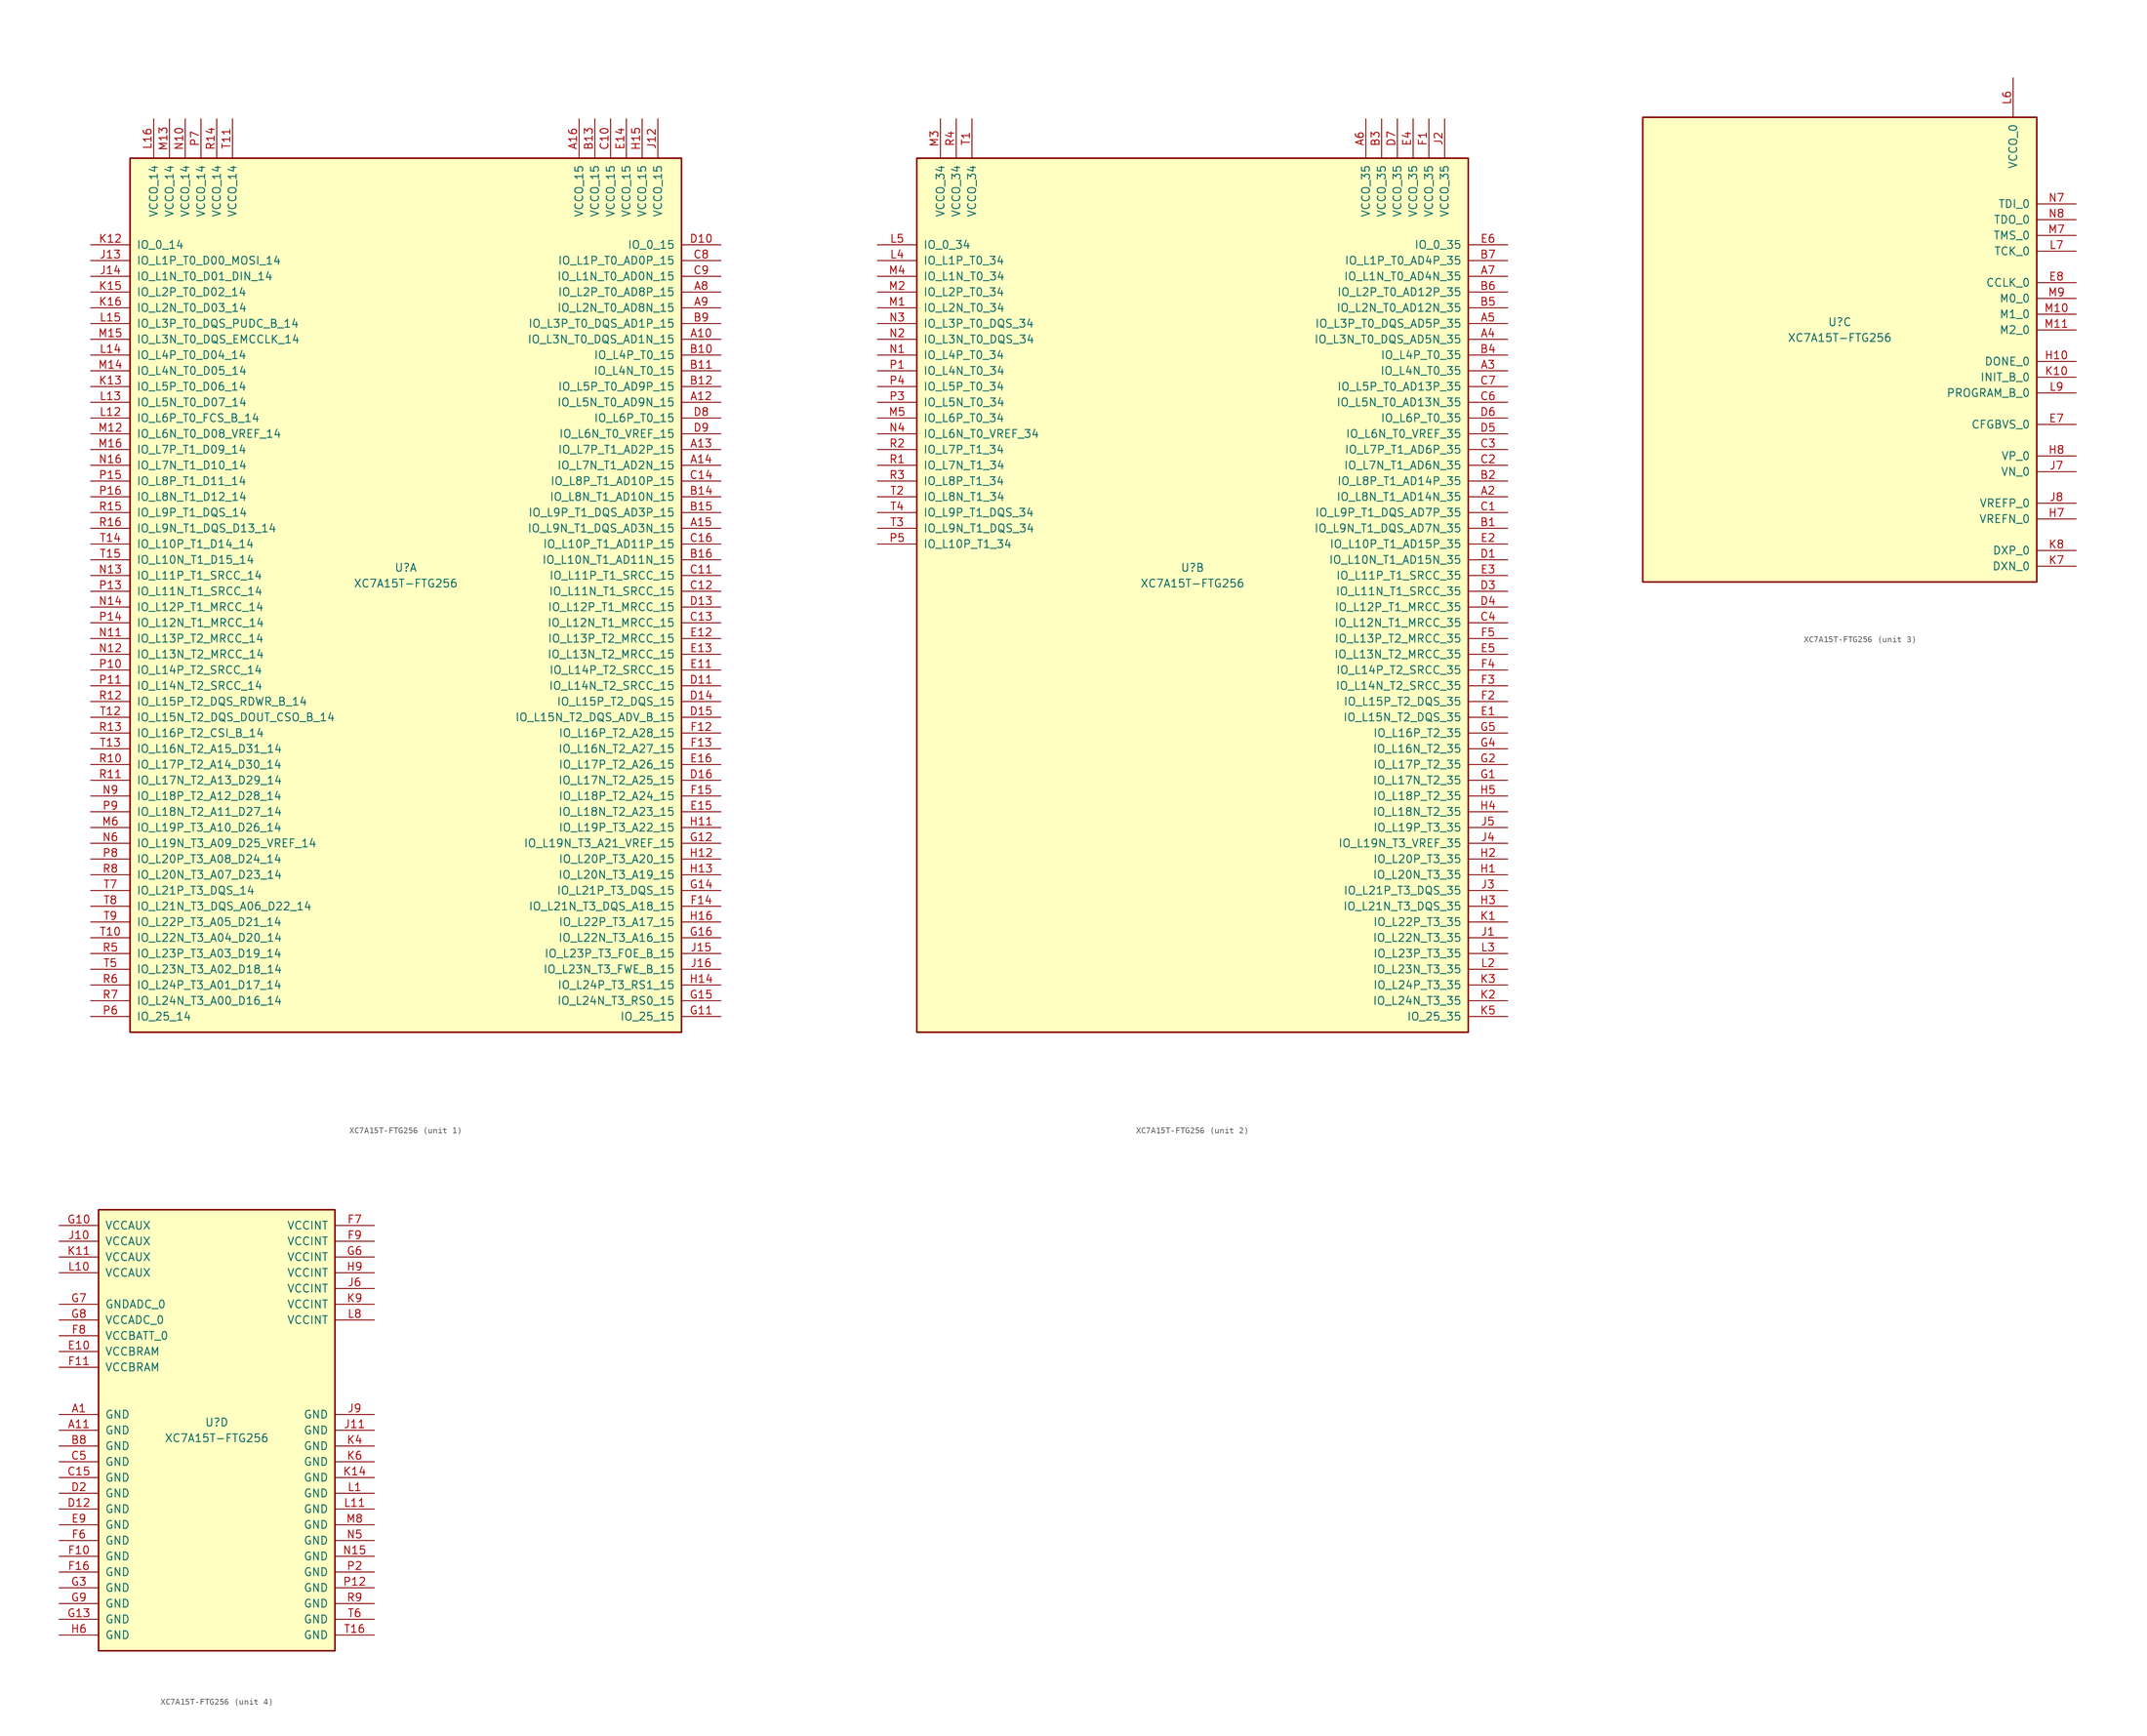
<source format=kicad_sym>
(kicad_symbol_lib
  (version 20231120)
  (generator "kicad_symbol_editor")
  (generator_version "8.0")
  (symbol "XC7A15T-FTG256"
    (pin_names
      (offset 1.016))
    (property "Reference" "U"
      (at 0 1.27 0)
      (effects (font (size 1.27 1.27))))
    (property "Value" "XC7A15T-FTG256"
      (at 0 -1.27 0)
      (effects (font (size 1.27 1.27))))
    (property "Datasheet" ""
      (at 0 0 0)
      (effects (font (size 1.27 1.27))))
    (property "ki_locked" ""
      (at 0 0 0)
      (effects (font (size 1.27 1.27))))
    (symbol "XC7A15T-FTG256_1_1"
      (rectangle (start -44.45 67.31) (end 44.45 -73.66) (stroke (width 0.254) (type default)) (fill (type background)))
      (pin bidirectional line (at 50.8 38.1 180) (length 6.35) (name "IO_L3N_T0_DQS_AD1N_15" (effects (font (size 1.27 1.27)))) (number "A10" (effects (font (size 1.27 1.27)))))
      (pin bidirectional line (at 50.8 27.94 180) (length 6.35) (name "IO_L5N_T0_AD9N_15" (effects (font (size 1.27 1.27)))) (number "A12" (effects (font (size 1.27 1.27)))))
      (pin bidirectional line (at 50.8 20.32 180) (length 6.35) (name "IO_L7P_T1_AD2P_15" (effects (font (size 1.27 1.27)))) (number "A13" (effects (font (size 1.27 1.27)))))
      (pin bidirectional line (at 50.8 17.78 180) (length 6.35) (name "IO_L7N_T1_AD2N_15" (effects (font (size 1.27 1.27)))) (number "A14" (effects (font (size 1.27 1.27)))))
      (pin bidirectional line (at 50.8 7.62 180) (length 6.35) (name "IO_L9N_T1_DQS_AD3N_15" (effects (font (size 1.27 1.27)))) (number "A15" (effects (font (size 1.27 1.27)))))
      (pin power_in line (at 27.94 73.66 270) (length 6.35) (name "VCCO_15" (effects (font (size 1.27 1.27)))) (number "A16" (effects (font (size 1.27 1.27)))))
      (pin bidirectional line (at 50.8 45.72 180) (length 6.35) (name "IO_L2P_T0_AD8P_15" (effects (font (size 1.27 1.27)))) (number "A8" (effects (font (size 1.27 1.27)))))
      (pin bidirectional line (at 50.8 43.18 180) (length 6.35) (name "IO_L2N_T0_AD8N_15" (effects (font (size 1.27 1.27)))) (number "A9" (effects (font (size 1.27 1.27)))))
      (pin bidirectional line (at 50.8 35.56 180) (length 6.35) (name "IO_L4P_T0_15" (effects (font (size 1.27 1.27)))) (number "B10" (effects (font (size 1.27 1.27)))))
      (pin bidirectional line (at 50.8 33.02 180) (length 6.35) (name "IO_L4N_T0_15" (effects (font (size 1.27 1.27)))) (number "B11" (effects (font (size 1.27 1.27)))))
      (pin bidirectional line (at 50.8 30.48 180) (length 6.35) (name "IO_L5P_T0_AD9P_15" (effects (font (size 1.27 1.27)))) (number "B12" (effects (font (size 1.27 1.27)))))
      (pin power_in line (at 30.48 73.66 270) (length 6.35) (name "VCCO_15" (effects (font (size 1.27 1.27)))) (number "B13" (effects (font (size 1.27 1.27)))))
      (pin bidirectional line (at 50.8 12.7 180) (length 6.35) (name "IO_L8N_T1_AD10N_15" (effects (font (size 1.27 1.27)))) (number "B14" (effects (font (size 1.27 1.27)))))
      (pin bidirectional line (at 50.8 10.16 180) (length 6.35) (name "IO_L9P_T1_DQS_AD3P_15" (effects (font (size 1.27 1.27)))) (number "B15" (effects (font (size 1.27 1.27)))))
      (pin bidirectional line (at 50.8 2.54 180) (length 6.35) (name "IO_L10N_T1_AD11N_15" (effects (font (size 1.27 1.27)))) (number "B16" (effects (font (size 1.27 1.27)))))
      (pin bidirectional line (at 50.8 40.64 180) (length 6.35) (name "IO_L3P_T0_DQS_AD1P_15" (effects (font (size 1.27 1.27)))) (number "B9" (effects (font (size 1.27 1.27)))))
      (pin power_in line (at 33.02 73.66 270) (length 6.35) (name "VCCO_15" (effects (font (size 1.27 1.27)))) (number "C10" (effects (font (size 1.27 1.27)))))
      (pin bidirectional line (at 50.8 0 180) (length 6.35) (name "IO_L11P_T1_SRCC_15" (effects (font (size 1.27 1.27)))) (number "C11" (effects (font (size 1.27 1.27)))))
      (pin bidirectional line (at 50.8 -2.54 180) (length 6.35) (name "IO_L11N_T1_SRCC_15" (effects (font (size 1.27 1.27)))) (number "C12" (effects (font (size 1.27 1.27)))))
      (pin bidirectional line (at 50.8 -7.62 180) (length 6.35) (name "IO_L12N_T1_MRCC_15" (effects (font (size 1.27 1.27)))) (number "C13" (effects (font (size 1.27 1.27)))))
      (pin bidirectional line (at 50.8 15.24 180) (length 6.35) (name "IO_L8P_T1_AD10P_15" (effects (font (size 1.27 1.27)))) (number "C14" (effects (font (size 1.27 1.27)))))
      (pin bidirectional line (at 50.8 5.08 180) (length 6.35) (name "IO_L10P_T1_AD11P_15" (effects (font (size 1.27 1.27)))) (number "C16" (effects (font (size 1.27 1.27)))))
      (pin bidirectional line (at 50.8 50.8 180) (length 6.35) (name "IO_L1P_T0_AD0P_15" (effects (font (size 1.27 1.27)))) (number "C8" (effects (font (size 1.27 1.27)))))
      (pin bidirectional line (at 50.8 48.26 180) (length 6.35) (name "IO_L1N_T0_AD0N_15" (effects (font (size 1.27 1.27)))) (number "C9" (effects (font (size 1.27 1.27)))))
      (pin bidirectional line (at 50.8 53.34 180) (length 6.35) (name "IO_0_15" (effects (font (size 1.27 1.27)))) (number "D10" (effects (font (size 1.27 1.27)))))
      (pin bidirectional line (at 50.8 -17.78 180) (length 6.35) (name "IO_L14N_T2_SRCC_15" (effects (font (size 1.27 1.27)))) (number "D11" (effects (font (size 1.27 1.27)))))
      (pin bidirectional line (at 50.8 -5.08 180) (length 6.35) (name "IO_L12P_T1_MRCC_15" (effects (font (size 1.27 1.27)))) (number "D13" (effects (font (size 1.27 1.27)))))
      (pin bidirectional line (at 50.8 -20.32 180) (length 6.35) (name "IO_L15P_T2_DQS_15" (effects (font (size 1.27 1.27)))) (number "D14" (effects (font (size 1.27 1.27)))))
      (pin bidirectional line (at 50.8 -22.86 180) (length 6.35) (name "IO_L15N_T2_DQS_ADV_B_15" (effects (font (size 1.27 1.27)))) (number "D15" (effects (font (size 1.27 1.27)))))
      (pin bidirectional line (at 50.8 -33.02 180) (length 6.35) (name "IO_L17N_T2_A25_15" (effects (font (size 1.27 1.27)))) (number "D16" (effects (font (size 1.27 1.27)))))
      (pin bidirectional line (at 50.8 25.4 180) (length 6.35) (name "IO_L6P_T0_15" (effects (font (size 1.27 1.27)))) (number "D8" (effects (font (size 1.27 1.27)))))
      (pin bidirectional line (at 50.8 22.86 180) (length 6.35) (name "IO_L6N_T0_VREF_15" (effects (font (size 1.27 1.27)))) (number "D9" (effects (font (size 1.27 1.27)))))
      (pin bidirectional line (at 50.8 -15.24 180) (length 6.35) (name "IO_L14P_T2_SRCC_15" (effects (font (size 1.27 1.27)))) (number "E11" (effects (font (size 1.27 1.27)))))
      (pin bidirectional line (at 50.8 -10.16 180) (length 6.35) (name "IO_L13P_T2_MRCC_15" (effects (font (size 1.27 1.27)))) (number "E12" (effects (font (size 1.27 1.27)))))
      (pin bidirectional line (at 50.8 -12.7 180) (length 6.35) (name "IO_L13N_T2_MRCC_15" (effects (font (size 1.27 1.27)))) (number "E13" (effects (font (size 1.27 1.27)))))
      (pin power_in line (at 35.56 73.66 270) (length 6.35) (name "VCCO_15" (effects (font (size 1.27 1.27)))) (number "E14" (effects (font (size 1.27 1.27)))))
      (pin bidirectional line (at 50.8 -38.1 180) (length 6.35) (name "IO_L18N_T2_A23_15" (effects (font (size 1.27 1.27)))) (number "E15" (effects (font (size 1.27 1.27)))))
      (pin bidirectional line (at 50.8 -30.48 180) (length 6.35) (name "IO_L17P_T2_A26_15" (effects (font (size 1.27 1.27)))) (number "E16" (effects (font (size 1.27 1.27)))))
      (pin bidirectional line (at 50.8 -25.4 180) (length 6.35) (name "IO_L16P_T2_A28_15" (effects (font (size 1.27 1.27)))) (number "F12" (effects (font (size 1.27 1.27)))))
      (pin bidirectional line (at 50.8 -27.94 180) (length 6.35) (name "IO_L16N_T2_A27_15" (effects (font (size 1.27 1.27)))) (number "F13" (effects (font (size 1.27 1.27)))))
      (pin bidirectional line (at 50.8 -53.34 180) (length 6.35) (name "IO_L21N_T3_DQS_A18_15" (effects (font (size 1.27 1.27)))) (number "F14" (effects (font (size 1.27 1.27)))))
      (pin bidirectional line (at 50.8 -35.56 180) (length 6.35) (name "IO_L18P_T2_A24_15" (effects (font (size 1.27 1.27)))) (number "F15" (effects (font (size 1.27 1.27)))))
      (pin bidirectional line (at 50.8 -71.12 180) (length 6.35) (name "IO_25_15" (effects (font (size 1.27 1.27)))) (number "G11" (effects (font (size 1.27 1.27)))))
      (pin bidirectional line (at 50.8 -43.18 180) (length 6.35) (name "IO_L19N_T3_A21_VREF_15" (effects (font (size 1.27 1.27)))) (number "G12" (effects (font (size 1.27 1.27)))))
      (pin bidirectional line (at 50.8 -50.8 180) (length 6.35) (name "IO_L21P_T3_DQS_15" (effects (font (size 1.27 1.27)))) (number "G14" (effects (font (size 1.27 1.27)))))
      (pin bidirectional line (at 50.8 -68.58 180) (length 6.35) (name "IO_L24N_T3_RS0_15" (effects (font (size 1.27 1.27)))) (number "G15" (effects (font (size 1.27 1.27)))))
      (pin bidirectional line (at 50.8 -58.42 180) (length 6.35) (name "IO_L22N_T3_A16_15" (effects (font (size 1.27 1.27)))) (number "G16" (effects (font (size 1.27 1.27)))))
      (pin bidirectional line (at 50.8 -40.64 180) (length 6.35) (name "IO_L19P_T3_A22_15" (effects (font (size 1.27 1.27)))) (number "H11" (effects (font (size 1.27 1.27)))))
      (pin bidirectional line (at 50.8 -45.72 180) (length 6.35) (name "IO_L20P_T3_A20_15" (effects (font (size 1.27 1.27)))) (number "H12" (effects (font (size 1.27 1.27)))))
      (pin bidirectional line (at 50.8 -48.26 180) (length 6.35) (name "IO_L20N_T3_A19_15" (effects (font (size 1.27 1.27)))) (number "H13" (effects (font (size 1.27 1.27)))))
      (pin bidirectional line (at 50.8 -66.04 180) (length 6.35) (name "IO_L24P_T3_RS1_15" (effects (font (size 1.27 1.27)))) (number "H14" (effects (font (size 1.27 1.27)))))
      (pin power_in line (at 38.1 73.66 270) (length 6.35) (name "VCCO_15" (effects (font (size 1.27 1.27)))) (number "H15" (effects (font (size 1.27 1.27)))))
      (pin bidirectional line (at 50.8 -55.88 180) (length 6.35) (name "IO_L22P_T3_A17_15" (effects (font (size 1.27 1.27)))) (number "H16" (effects (font (size 1.27 1.27)))))
      (pin power_in line (at 40.64 73.66 270) (length 6.35) (name "VCCO_15" (effects (font (size 1.27 1.27)))) (number "J12" (effects (font (size 1.27 1.27)))))
      (pin bidirectional line (at -50.8 50.8 0) (length 6.35) (name "IO_L1P_T0_D00_MOSI_14" (effects (font (size 1.27 1.27)))) (number "J13" (effects (font (size 1.27 1.27)))))
      (pin bidirectional line (at -50.8 48.26 0) (length 6.35) (name "IO_L1N_T0_D01_DIN_14" (effects (font (size 1.27 1.27)))) (number "J14" (effects (font (size 1.27 1.27)))))
      (pin bidirectional line (at 50.8 -60.96 180) (length 6.35) (name "IO_L23P_T3_FOE_B_15" (effects (font (size 1.27 1.27)))) (number "J15" (effects (font (size 1.27 1.27)))))
      (pin bidirectional line (at 50.8 -63.5 180) (length 6.35) (name "IO_L23N_T3_FWE_B_15" (effects (font (size 1.27 1.27)))) (number "J16" (effects (font (size 1.27 1.27)))))
      (pin bidirectional line (at -50.8 53.34 0) (length 6.35) (name "IO_0_14" (effects (font (size 1.27 1.27)))) (number "K12" (effects (font (size 1.27 1.27)))))
      (pin bidirectional line (at -50.8 30.48 0) (length 6.35) (name "IO_L5P_T0_D06_14" (effects (font (size 1.27 1.27)))) (number "K13" (effects (font (size 1.27 1.27)))))
      (pin bidirectional line (at -50.8 45.72 0) (length 6.35) (name "IO_L2P_T0_D02_14" (effects (font (size 1.27 1.27)))) (number "K15" (effects (font (size 1.27 1.27)))))
      (pin bidirectional line (at -50.8 43.18 0) (length 6.35) (name "IO_L2N_T0_D03_14" (effects (font (size 1.27 1.27)))) (number "K16" (effects (font (size 1.27 1.27)))))
      (pin bidirectional line (at -50.8 25.4 0) (length 6.35) (name "IO_L6P_T0_FCS_B_14" (effects (font (size 1.27 1.27)))) (number "L12" (effects (font (size 1.27 1.27)))))
      (pin bidirectional line (at -50.8 27.94 0) (length 6.35) (name "IO_L5N_T0_D07_14" (effects (font (size 1.27 1.27)))) (number "L13" (effects (font (size 1.27 1.27)))))
      (pin bidirectional line (at -50.8 35.56 0) (length 6.35) (name "IO_L4P_T0_D04_14" (effects (font (size 1.27 1.27)))) (number "L14" (effects (font (size 1.27 1.27)))))
      (pin bidirectional line (at -50.8 40.64 0) (length 6.35) (name "IO_L3P_T0_DQS_PUDC_B_14" (effects (font (size 1.27 1.27)))) (number "L15" (effects (font (size 1.27 1.27)))))
      (pin power_in line (at -40.64 73.66 270) (length 6.35) (name "VCCO_14" (effects (font (size 1.27 1.27)))) (number "L16" (effects (font (size 1.27 1.27)))))
      (pin bidirectional line (at -50.8 22.86 0) (length 6.35) (name "IO_L6N_T0_D08_VREF_14" (effects (font (size 1.27 1.27)))) (number "M12" (effects (font (size 1.27 1.27)))))
      (pin power_in line (at -38.1 73.66 270) (length 6.35) (name "VCCO_14" (effects (font (size 1.27 1.27)))) (number "M13" (effects (font (size 1.27 1.27)))))
      (pin bidirectional line (at -50.8 33.02 0) (length 6.35) (name "IO_L4N_T0_D05_14" (effects (font (size 1.27 1.27)))) (number "M14" (effects (font (size 1.27 1.27)))))
      (pin bidirectional line (at -50.8 38.1 0) (length 6.35) (name "IO_L3N_T0_DQS_EMCCLK_14" (effects (font (size 1.27 1.27)))) (number "M15" (effects (font (size 1.27 1.27)))))
      (pin bidirectional line (at -50.8 20.32 0) (length 6.35) (name "IO_L7P_T1_D09_14" (effects (font (size 1.27 1.27)))) (number "M16" (effects (font (size 1.27 1.27)))))
      (pin bidirectional line (at -50.8 -40.64 0) (length 6.35) (name "IO_L19P_T3_A10_D26_14" (effects (font (size 1.27 1.27)))) (number "M6" (effects (font (size 1.27 1.27)))))
      (pin power_in line (at -35.56 73.66 270) (length 6.35) (name "VCCO_14" (effects (font (size 1.27 1.27)))) (number "N10" (effects (font (size 1.27 1.27)))))
      (pin bidirectional line (at -50.8 -10.16 0) (length 6.35) (name "IO_L13P_T2_MRCC_14" (effects (font (size 1.27 1.27)))) (number "N11" (effects (font (size 1.27 1.27)))))
      (pin bidirectional line (at -50.8 -12.7 0) (length 6.35) (name "IO_L13N_T2_MRCC_14" (effects (font (size 1.27 1.27)))) (number "N12" (effects (font (size 1.27 1.27)))))
      (pin bidirectional line (at -50.8 0 0) (length 6.35) (name "IO_L11P_T1_SRCC_14" (effects (font (size 1.27 1.27)))) (number "N13" (effects (font (size 1.27 1.27)))))
      (pin bidirectional line (at -50.8 -5.08 0) (length 6.35) (name "IO_L12P_T1_MRCC_14" (effects (font (size 1.27 1.27)))) (number "N14" (effects (font (size 1.27 1.27)))))
      (pin bidirectional line (at -50.8 17.78 0) (length 6.35) (name "IO_L7N_T1_D10_14" (effects (font (size 1.27 1.27)))) (number "N16" (effects (font (size 1.27 1.27)))))
      (pin bidirectional line (at -50.8 -43.18 0) (length 6.35) (name "IO_L19N_T3_A09_D25_VREF_14" (effects (font (size 1.27 1.27)))) (number "N6" (effects (font (size 1.27 1.27)))))
      (pin bidirectional line (at -50.8 -35.56 0) (length 6.35) (name "IO_L18P_T2_A12_D28_14" (effects (font (size 1.27 1.27)))) (number "N9" (effects (font (size 1.27 1.27)))))
      (pin bidirectional line (at -50.8 -15.24 0) (length 6.35) (name "IO_L14P_T2_SRCC_14" (effects (font (size 1.27 1.27)))) (number "P10" (effects (font (size 1.27 1.27)))))
      (pin bidirectional line (at -50.8 -17.78 0) (length 6.35) (name "IO_L14N_T2_SRCC_14" (effects (font (size 1.27 1.27)))) (number "P11" (effects (font (size 1.27 1.27)))))
      (pin bidirectional line (at -50.8 -2.54 0) (length 6.35) (name "IO_L11N_T1_SRCC_14" (effects (font (size 1.27 1.27)))) (number "P13" (effects (font (size 1.27 1.27)))))
      (pin bidirectional line (at -50.8 -7.62 0) (length 6.35) (name "IO_L12N_T1_MRCC_14" (effects (font (size 1.27 1.27)))) (number "P14" (effects (font (size 1.27 1.27)))))
      (pin bidirectional line (at -50.8 15.24 0) (length 6.35) (name "IO_L8P_T1_D11_14" (effects (font (size 1.27 1.27)))) (number "P15" (effects (font (size 1.27 1.27)))))
      (pin bidirectional line (at -50.8 12.7 0) (length 6.35) (name "IO_L8N_T1_D12_14" (effects (font (size 1.27 1.27)))) (number "P16" (effects (font (size 1.27 1.27)))))
      (pin bidirectional line (at -50.8 -71.12 0) (length 6.35) (name "IO_25_14" (effects (font (size 1.27 1.27)))) (number "P6" (effects (font (size 1.27 1.27)))))
      (pin power_in line (at -33.02 73.66 270) (length 6.35) (name "VCCO_14" (effects (font (size 1.27 1.27)))) (number "P7" (effects (font (size 1.27 1.27)))))
      (pin bidirectional line (at -50.8 -45.72 0) (length 6.35) (name "IO_L20P_T3_A08_D24_14" (effects (font (size 1.27 1.27)))) (number "P8" (effects (font (size 1.27 1.27)))))
      (pin bidirectional line (at -50.8 -38.1 0) (length 6.35) (name "IO_L18N_T2_A11_D27_14" (effects (font (size 1.27 1.27)))) (number "P9" (effects (font (size 1.27 1.27)))))
      (pin bidirectional line (at -50.8 -30.48 0) (length 6.35) (name "IO_L17P_T2_A14_D30_14" (effects (font (size 1.27 1.27)))) (number "R10" (effects (font (size 1.27 1.27)))))
      (pin bidirectional line (at -50.8 -33.02 0) (length 6.35) (name "IO_L17N_T2_A13_D29_14" (effects (font (size 1.27 1.27)))) (number "R11" (effects (font (size 1.27 1.27)))))
      (pin bidirectional line (at -50.8 -20.32 0) (length 6.35) (name "IO_L15P_T2_DQS_RDWR_B_14" (effects (font (size 1.27 1.27)))) (number "R12" (effects (font (size 1.27 1.27)))))
      (pin bidirectional line (at -50.8 -25.4 0) (length 6.35) (name "IO_L16P_T2_CSI_B_14" (effects (font (size 1.27 1.27)))) (number "R13" (effects (font (size 1.27 1.27)))))
      (pin power_in line (at -30.48 73.66 270) (length 6.35) (name "VCCO_14" (effects (font (size 1.27 1.27)))) (number "R14" (effects (font (size 1.27 1.27)))))
      (pin bidirectional line (at -50.8 10.16 0) (length 6.35) (name "IO_L9P_T1_DQS_14" (effects (font (size 1.27 1.27)))) (number "R15" (effects (font (size 1.27 1.27)))))
      (pin bidirectional line (at -50.8 7.62 0) (length 6.35) (name "IO_L9N_T1_DQS_D13_14" (effects (font (size 1.27 1.27)))) (number "R16" (effects (font (size 1.27 1.27)))))
      (pin bidirectional line (at -50.8 -60.96 0) (length 6.35) (name "IO_L23P_T3_A03_D19_14" (effects (font (size 1.27 1.27)))) (number "R5" (effects (font (size 1.27 1.27)))))
      (pin bidirectional line (at -50.8 -66.04 0) (length 6.35) (name "IO_L24P_T3_A01_D17_14" (effects (font (size 1.27 1.27)))) (number "R6" (effects (font (size 1.27 1.27)))))
      (pin bidirectional line (at -50.8 -68.58 0) (length 6.35) (name "IO_L24N_T3_A00_D16_14" (effects (font (size 1.27 1.27)))) (number "R7" (effects (font (size 1.27 1.27)))))
      (pin bidirectional line (at -50.8 -48.26 0) (length 6.35) (name "IO_L20N_T3_A07_D23_14" (effects (font (size 1.27 1.27)))) (number "R8" (effects (font (size 1.27 1.27)))))
      (pin bidirectional line (at -50.8 -58.42 0) (length 6.35) (name "IO_L22N_T3_A04_D20_14" (effects (font (size 1.27 1.27)))) (number "T10" (effects (font (size 1.27 1.27)))))
      (pin power_in line (at -27.94 73.66 270) (length 6.35) (name "VCCO_14" (effects (font (size 1.27 1.27)))) (number "T11" (effects (font (size 1.27 1.27)))))
      (pin bidirectional line (at -50.8 -22.86 0) (length 6.35) (name "IO_L15N_T2_DQS_DOUT_CSO_B_14" (effects (font (size 1.27 1.27)))) (number "T12" (effects (font (size 1.27 1.27)))))
      (pin bidirectional line (at -50.8 -27.94 0) (length 6.35) (name "IO_L16N_T2_A15_D31_14" (effects (font (size 1.27 1.27)))) (number "T13" (effects (font (size 1.27 1.27)))))
      (pin bidirectional line (at -50.8 5.08 0) (length 6.35) (name "IO_L10P_T1_D14_14" (effects (font (size 1.27 1.27)))) (number "T14" (effects (font (size 1.27 1.27)))))
      (pin bidirectional line (at -50.8 2.54 0) (length 6.35) (name "IO_L10N_T1_D15_14" (effects (font (size 1.27 1.27)))) (number "T15" (effects (font (size 1.27 1.27)))))
      (pin bidirectional line (at -50.8 -63.5 0) (length 6.35) (name "IO_L23N_T3_A02_D18_14" (effects (font (size 1.27 1.27)))) (number "T5" (effects (font (size 1.27 1.27)))))
      (pin bidirectional line (at -50.8 -50.8 0) (length 6.35) (name "IO_L21P_T3_DQS_14" (effects (font (size 1.27 1.27)))) (number "T7" (effects (font (size 1.27 1.27)))))
      (pin bidirectional line (at -50.8 -53.34 0) (length 6.35) (name "IO_L21N_T3_DQS_A06_D22_14" (effects (font (size 1.27 1.27)))) (number "T8" (effects (font (size 1.27 1.27)))))
      (pin bidirectional line (at -50.8 -55.88 0) (length 6.35) (name "IO_L22P_T3_A05_D21_14" (effects (font (size 1.27 1.27)))) (number "T9" (effects (font (size 1.27 1.27))))))
    (symbol "XC7A15T-FTG256_2_1"
      (rectangle (start -44.45 67.31) (end 44.45 -73.66) (stroke (width 0.254) (type default)) (fill (type background)))
      (pin bidirectional line (at 50.8 12.7 180) (length 6.35) (name "IO_L8N_T1_AD14N_35" (effects (font (size 1.27 1.27)))) (number "A2" (effects (font (size 1.27 1.27)))))
      (pin bidirectional line (at 50.8 33.02 180) (length 6.35) (name "IO_L4N_T0_35" (effects (font (size 1.27 1.27)))) (number "A3" (effects (font (size 1.27 1.27)))))
      (pin bidirectional line (at 50.8 38.1 180) (length 6.35) (name "IO_L3N_T0_DQS_AD5N_35" (effects (font (size 1.27 1.27)))) (number "A4" (effects (font (size 1.27 1.27)))))
      (pin bidirectional line (at 50.8 40.64 180) (length 6.35) (name "IO_L3P_T0_DQS_AD5P_35" (effects (font (size 1.27 1.27)))) (number "A5" (effects (font (size 1.27 1.27)))))
      (pin power_in line (at 27.94 73.66 270) (length 6.35) (name "VCCO_35" (effects (font (size 1.27 1.27)))) (number "A6" (effects (font (size 1.27 1.27)))))
      (pin bidirectional line (at 50.8 48.26 180) (length 6.35) (name "IO_L1N_T0_AD4N_35" (effects (font (size 1.27 1.27)))) (number "A7" (effects (font (size 1.27 1.27)))))
      (pin bidirectional line (at 50.8 7.62 180) (length 6.35) (name "IO_L9N_T1_DQS_AD7N_35" (effects (font (size 1.27 1.27)))) (number "B1" (effects (font (size 1.27 1.27)))))
      (pin bidirectional line (at 50.8 15.24 180) (length 6.35) (name "IO_L8P_T1_AD14P_35" (effects (font (size 1.27 1.27)))) (number "B2" (effects (font (size 1.27 1.27)))))
      (pin power_in line (at 30.48 73.66 270) (length 6.35) (name "VCCO_35" (effects (font (size 1.27 1.27)))) (number "B3" (effects (font (size 1.27 1.27)))))
      (pin bidirectional line (at 50.8 35.56 180) (length 6.35) (name "IO_L4P_T0_35" (effects (font (size 1.27 1.27)))) (number "B4" (effects (font (size 1.27 1.27)))))
      (pin bidirectional line (at 50.8 43.18 180) (length 6.35) (name "IO_L2N_T0_AD12N_35" (effects (font (size 1.27 1.27)))) (number "B5" (effects (font (size 1.27 1.27)))))
      (pin bidirectional line (at 50.8 45.72 180) (length 6.35) (name "IO_L2P_T0_AD12P_35" (effects (font (size 1.27 1.27)))) (number "B6" (effects (font (size 1.27 1.27)))))
      (pin bidirectional line (at 50.8 50.8 180) (length 6.35) (name "IO_L1P_T0_AD4P_35" (effects (font (size 1.27 1.27)))) (number "B7" (effects (font (size 1.27 1.27)))))
      (pin bidirectional line (at 50.8 10.16 180) (length 6.35) (name "IO_L9P_T1_DQS_AD7P_35" (effects (font (size 1.27 1.27)))) (number "C1" (effects (font (size 1.27 1.27)))))
      (pin bidirectional line (at 50.8 17.78 180) (length 6.35) (name "IO_L7N_T1_AD6N_35" (effects (font (size 1.27 1.27)))) (number "C2" (effects (font (size 1.27 1.27)))))
      (pin bidirectional line (at 50.8 20.32 180) (length 6.35) (name "IO_L7P_T1_AD6P_35" (effects (font (size 1.27 1.27)))) (number "C3" (effects (font (size 1.27 1.27)))))
      (pin bidirectional line (at 50.8 -7.62 180) (length 6.35) (name "IO_L12N_T1_MRCC_35" (effects (font (size 1.27 1.27)))) (number "C4" (effects (font (size 1.27 1.27)))))
      (pin bidirectional line (at 50.8 27.94 180) (length 6.35) (name "IO_L5N_T0_AD13N_35" (effects (font (size 1.27 1.27)))) (number "C6" (effects (font (size 1.27 1.27)))))
      (pin bidirectional line (at 50.8 30.48 180) (length 6.35) (name "IO_L5P_T0_AD13P_35" (effects (font (size 1.27 1.27)))) (number "C7" (effects (font (size 1.27 1.27)))))
      (pin bidirectional line (at 50.8 2.54 180) (length 6.35) (name "IO_L10N_T1_AD15N_35" (effects (font (size 1.27 1.27)))) (number "D1" (effects (font (size 1.27 1.27)))))
      (pin bidirectional line (at 50.8 -2.54 180) (length 6.35) (name "IO_L11N_T1_SRCC_35" (effects (font (size 1.27 1.27)))) (number "D3" (effects (font (size 1.27 1.27)))))
      (pin bidirectional line (at 50.8 -5.08 180) (length 6.35) (name "IO_L12P_T1_MRCC_35" (effects (font (size 1.27 1.27)))) (number "D4" (effects (font (size 1.27 1.27)))))
      (pin bidirectional line (at 50.8 22.86 180) (length 6.35) (name "IO_L6N_T0_VREF_35" (effects (font (size 1.27 1.27)))) (number "D5" (effects (font (size 1.27 1.27)))))
      (pin bidirectional line (at 50.8 25.4 180) (length 6.35) (name "IO_L6P_T0_35" (effects (font (size 1.27 1.27)))) (number "D6" (effects (font (size 1.27 1.27)))))
      (pin power_in line (at 33.02 73.66 270) (length 6.35) (name "VCCO_35" (effects (font (size 1.27 1.27)))) (number "D7" (effects (font (size 1.27 1.27)))))
      (pin bidirectional line (at 50.8 -22.86 180) (length 6.35) (name "IO_L15N_T2_DQS_35" (effects (font (size 1.27 1.27)))) (number "E1" (effects (font (size 1.27 1.27)))))
      (pin bidirectional line (at 50.8 5.08 180) (length 6.35) (name "IO_L10P_T1_AD15P_35" (effects (font (size 1.27 1.27)))) (number "E2" (effects (font (size 1.27 1.27)))))
      (pin bidirectional line (at 50.8 0 180) (length 6.35) (name "IO_L11P_T1_SRCC_35" (effects (font (size 1.27 1.27)))) (number "E3" (effects (font (size 1.27 1.27)))))
      (pin power_in line (at 35.56 73.66 270) (length 6.35) (name "VCCO_35" (effects (font (size 1.27 1.27)))) (number "E4" (effects (font (size 1.27 1.27)))))
      (pin bidirectional line (at 50.8 -12.7 180) (length 6.35) (name "IO_L13N_T2_MRCC_35" (effects (font (size 1.27 1.27)))) (number "E5" (effects (font (size 1.27 1.27)))))
      (pin bidirectional line (at 50.8 53.34 180) (length 6.35) (name "IO_0_35" (effects (font (size 1.27 1.27)))) (number "E6" (effects (font (size 1.27 1.27)))))
      (pin power_in line (at 38.1 73.66 270) (length 6.35) (name "VCCO_35" (effects (font (size 1.27 1.27)))) (number "F1" (effects (font (size 1.27 1.27)))))
      (pin bidirectional line (at 50.8 -20.32 180) (length 6.35) (name "IO_L15P_T2_DQS_35" (effects (font (size 1.27 1.27)))) (number "F2" (effects (font (size 1.27 1.27)))))
      (pin bidirectional line (at 50.8 -17.78 180) (length 6.35) (name "IO_L14N_T2_SRCC_35" (effects (font (size 1.27 1.27)))) (number "F3" (effects (font (size 1.27 1.27)))))
      (pin bidirectional line (at 50.8 -15.24 180) (length 6.35) (name "IO_L14P_T2_SRCC_35" (effects (font (size 1.27 1.27)))) (number "F4" (effects (font (size 1.27 1.27)))))
      (pin bidirectional line (at 50.8 -10.16 180) (length 6.35) (name "IO_L13P_T2_MRCC_35" (effects (font (size 1.27 1.27)))) (number "F5" (effects (font (size 1.27 1.27)))))
      (pin bidirectional line (at 50.8 -33.02 180) (length 6.35) (name "IO_L17N_T2_35" (effects (font (size 1.27 1.27)))) (number "G1" (effects (font (size 1.27 1.27)))))
      (pin bidirectional line (at 50.8 -30.48 180) (length 6.35) (name "IO_L17P_T2_35" (effects (font (size 1.27 1.27)))) (number "G2" (effects (font (size 1.27 1.27)))))
      (pin bidirectional line (at 50.8 -27.94 180) (length 6.35) (name "IO_L16N_T2_35" (effects (font (size 1.27 1.27)))) (number "G4" (effects (font (size 1.27 1.27)))))
      (pin bidirectional line (at 50.8 -25.4 180) (length 6.35) (name "IO_L16P_T2_35" (effects (font (size 1.27 1.27)))) (number "G5" (effects (font (size 1.27 1.27)))))
      (pin bidirectional line (at 50.8 -48.26 180) (length 6.35) (name "IO_L20N_T3_35" (effects (font (size 1.27 1.27)))) (number "H1" (effects (font (size 1.27 1.27)))))
      (pin bidirectional line (at 50.8 -45.72 180) (length 6.35) (name "IO_L20P_T3_35" (effects (font (size 1.27 1.27)))) (number "H2" (effects (font (size 1.27 1.27)))))
      (pin bidirectional line (at 50.8 -53.34 180) (length 6.35) (name "IO_L21N_T3_DQS_35" (effects (font (size 1.27 1.27)))) (number "H3" (effects (font (size 1.27 1.27)))))
      (pin bidirectional line (at 50.8 -38.1 180) (length 6.35) (name "IO_L18N_T2_35" (effects (font (size 1.27 1.27)))) (number "H4" (effects (font (size 1.27 1.27)))))
      (pin bidirectional line (at 50.8 -35.56 180) (length 6.35) (name "IO_L18P_T2_35" (effects (font (size 1.27 1.27)))) (number "H5" (effects (font (size 1.27 1.27)))))
      (pin bidirectional line (at 50.8 -58.42 180) (length 6.35) (name "IO_L22N_T3_35" (effects (font (size 1.27 1.27)))) (number "J1" (effects (font (size 1.27 1.27)))))
      (pin power_in line (at 40.64 73.66 270) (length 6.35) (name "VCCO_35" (effects (font (size 1.27 1.27)))) (number "J2" (effects (font (size 1.27 1.27)))))
      (pin bidirectional line (at 50.8 -50.8 180) (length 6.35) (name "IO_L21P_T3_DQS_35" (effects (font (size 1.27 1.27)))) (number "J3" (effects (font (size 1.27 1.27)))))
      (pin bidirectional line (at 50.8 -43.18 180) (length 6.35) (name "IO_L19N_T3_VREF_35" (effects (font (size 1.27 1.27)))) (number "J4" (effects (font (size 1.27 1.27)))))
      (pin bidirectional line (at 50.8 -40.64 180) (length 6.35) (name "IO_L19P_T3_35" (effects (font (size 1.27 1.27)))) (number "J5" (effects (font (size 1.27 1.27)))))
      (pin bidirectional line (at 50.8 -55.88 180) (length 6.35) (name "IO_L22P_T3_35" (effects (font (size 1.27 1.27)))) (number "K1" (effects (font (size 1.27 1.27)))))
      (pin bidirectional line (at 50.8 -68.58 180) (length 6.35) (name "IO_L24N_T3_35" (effects (font (size 1.27 1.27)))) (number "K2" (effects (font (size 1.27 1.27)))))
      (pin bidirectional line (at 50.8 -66.04 180) (length 6.35) (name "IO_L24P_T3_35" (effects (font (size 1.27 1.27)))) (number "K3" (effects (font (size 1.27 1.27)))))
      (pin bidirectional line (at 50.8 -71.12 180) (length 6.35) (name "IO_25_35" (effects (font (size 1.27 1.27)))) (number "K5" (effects (font (size 1.27 1.27)))))
      (pin bidirectional line (at 50.8 -63.5 180) (length 6.35) (name "IO_L23N_T3_35" (effects (font (size 1.27 1.27)))) (number "L2" (effects (font (size 1.27 1.27)))))
      (pin bidirectional line (at 50.8 -60.96 180) (length 6.35) (name "IO_L23P_T3_35" (effects (font (size 1.27 1.27)))) (number "L3" (effects (font (size 1.27 1.27)))))
      (pin bidirectional line (at -50.8 50.8 0) (length 6.35) (name "IO_L1P_T0_34" (effects (font (size 1.27 1.27)))) (number "L4" (effects (font (size 1.27 1.27)))))
      (pin bidirectional line (at -50.8 53.34 0) (length 6.35) (name "IO_0_34" (effects (font (size 1.27 1.27)))) (number "L5" (effects (font (size 1.27 1.27)))))
      (pin bidirectional line (at -50.8 43.18 0) (length 6.35) (name "IO_L2N_T0_34" (effects (font (size 1.27 1.27)))) (number "M1" (effects (font (size 1.27 1.27)))))
      (pin bidirectional line (at -50.8 45.72 0) (length 6.35) (name "IO_L2P_T0_34" (effects (font (size 1.27 1.27)))) (number "M2" (effects (font (size 1.27 1.27)))))
      (pin power_in line (at -40.64 73.66 270) (length 6.35) (name "VCCO_34" (effects (font (size 1.27 1.27)))) (number "M3" (effects (font (size 1.27 1.27)))))
      (pin bidirectional line (at -50.8 48.26 0) (length 6.35) (name "IO_L1N_T0_34" (effects (font (size 1.27 1.27)))) (number "M4" (effects (font (size 1.27 1.27)))))
      (pin bidirectional line (at -50.8 25.4 0) (length 6.35) (name "IO_L6P_T0_34" (effects (font (size 1.27 1.27)))) (number "M5" (effects (font (size 1.27 1.27)))))
      (pin bidirectional line (at -50.8 35.56 0) (length 6.35) (name "IO_L4P_T0_34" (effects (font (size 1.27 1.27)))) (number "N1" (effects (font (size 1.27 1.27)))))
      (pin bidirectional line (at -50.8 38.1 0) (length 6.35) (name "IO_L3N_T0_DQS_34" (effects (font (size 1.27 1.27)))) (number "N2" (effects (font (size 1.27 1.27)))))
      (pin bidirectional line (at -50.8 40.64 0) (length 6.35) (name "IO_L3P_T0_DQS_34" (effects (font (size 1.27 1.27)))) (number "N3" (effects (font (size 1.27 1.27)))))
      (pin bidirectional line (at -50.8 22.86 0) (length 6.35) (name "IO_L6N_T0_VREF_34" (effects (font (size 1.27 1.27)))) (number "N4" (effects (font (size 1.27 1.27)))))
      (pin bidirectional line (at -50.8 33.02 0) (length 6.35) (name "IO_L4N_T0_34" (effects (font (size 1.27 1.27)))) (number "P1" (effects (font (size 1.27 1.27)))))
      (pin bidirectional line (at -50.8 27.94 0) (length 6.35) (name "IO_L5N_T0_34" (effects (font (size 1.27 1.27)))) (number "P3" (effects (font (size 1.27 1.27)))))
      (pin bidirectional line (at -50.8 30.48 0) (length 6.35) (name "IO_L5P_T0_34" (effects (font (size 1.27 1.27)))) (number "P4" (effects (font (size 1.27 1.27)))))
      (pin bidirectional line (at -50.8 5.08 0) (length 6.35) (name "IO_L10P_T1_34" (effects (font (size 1.27 1.27)))) (number "P5" (effects (font (size 1.27 1.27)))))
      (pin bidirectional line (at -50.8 17.78 0) (length 6.35) (name "IO_L7N_T1_34" (effects (font (size 1.27 1.27)))) (number "R1" (effects (font (size 1.27 1.27)))))
      (pin bidirectional line (at -50.8 20.32 0) (length 6.35) (name "IO_L7P_T1_34" (effects (font (size 1.27 1.27)))) (number "R2" (effects (font (size 1.27 1.27)))))
      (pin bidirectional line (at -50.8 15.24 0) (length 6.35) (name "IO_L8P_T1_34" (effects (font (size 1.27 1.27)))) (number "R3" (effects (font (size 1.27 1.27)))))
      (pin power_in line (at -38.1 73.66 270) (length 6.35) (name "VCCO_34" (effects (font (size 1.27 1.27)))) (number "R4" (effects (font (size 1.27 1.27)))))
      (pin power_in line (at -35.56 73.66 270) (length 6.35) (name "VCCO_34" (effects (font (size 1.27 1.27)))) (number "T1" (effects (font (size 1.27 1.27)))))
      (pin bidirectional line (at -50.8 12.7 0) (length 6.35) (name "IO_L8N_T1_34" (effects (font (size 1.27 1.27)))) (number "T2" (effects (font (size 1.27 1.27)))))
      (pin bidirectional line (at -50.8 7.62 0) (length 6.35) (name "IO_L9N_T1_DQS_34" (effects (font (size 1.27 1.27)))) (number "T3" (effects (font (size 1.27 1.27)))))
      (pin bidirectional line (at -50.8 10.16 0) (length 6.35) (name "IO_L9P_T1_DQS_34" (effects (font (size 1.27 1.27)))) (number "T4" (effects (font (size 1.27 1.27))))))
    (symbol "XC7A15T-FTG256_3_1"
      (rectangle (start -31.75 34.29) (end 31.75 -40.64) (stroke (width 0.254) (type default)) (fill (type background)))
      (pin bidirectional line (at 38.1 -15.24 180) (length 6.35) (name "CFGBVS_0" (effects (font (size 1.27 1.27)))) (number "E7" (effects (font (size 1.27 1.27)))))
      (pin bidirectional line (at 38.1 7.62 180) (length 6.35) (name "CCLK_0" (effects (font (size 1.27 1.27)))) (number "E8" (effects (font (size 1.27 1.27)))))
      (pin bidirectional line (at 38.1 -5.08 180) (length 6.35) (name "DONE_0" (effects (font (size 1.27 1.27)))) (number "H10" (effects (font (size 1.27 1.27)))))
      (pin bidirectional line (at 38.1 -30.48 180) (length 6.35) (name "VREFN_0" (effects (font (size 1.27 1.27)))) (number "H7" (effects (font (size 1.27 1.27)))))
      (pin bidirectional line (at 38.1 -20.32 180) (length 6.35) (name "VP_0" (effects (font (size 1.27 1.27)))) (number "H8" (effects (font (size 1.27 1.27)))))
      (pin bidirectional line (at 38.1 -22.86 180) (length 6.35) (name "VN_0" (effects (font (size 1.27 1.27)))) (number "J7" (effects (font (size 1.27 1.27)))))
      (pin bidirectional line (at 38.1 -27.94 180) (length 6.35) (name "VREFP_0" (effects (font (size 1.27 1.27)))) (number "J8" (effects (font (size 1.27 1.27)))))
      (pin bidirectional line (at 38.1 -7.62 180) (length 6.35) (name "INIT_B_0" (effects (font (size 1.27 1.27)))) (number "K10" (effects (font (size 1.27 1.27)))))
      (pin bidirectional line (at 38.1 -38.1 180) (length 6.35) (name "DXN_0" (effects (font (size 1.27 1.27)))) (number "K7" (effects (font (size 1.27 1.27)))))
      (pin bidirectional line (at 38.1 -35.56 180) (length 6.35) (name "DXP_0" (effects (font (size 1.27 1.27)))) (number "K8" (effects (font (size 1.27 1.27)))))
      (pin power_in line (at 27.94 40.64 270) (length 6.35) (name "VCCO_0" (effects (font (size 1.27 1.27)))) (number "L6" (effects (font (size 1.27 1.27)))))
      (pin bidirectional line (at 38.1 12.7 180) (length 6.35) (name "TCK_0" (effects (font (size 1.27 1.27)))) (number "L7" (effects (font (size 1.27 1.27)))))
      (pin bidirectional line (at 38.1 -10.16 180) (length 6.35) (name "PROGRAM_B_0" (effects (font (size 1.27 1.27)))) (number "L9" (effects (font (size 1.27 1.27)))))
      (pin bidirectional line (at 38.1 2.54 180) (length 6.35) (name "M1_0" (effects (font (size 1.27 1.27)))) (number "M10" (effects (font (size 1.27 1.27)))))
      (pin bidirectional line (at 38.1 0 180) (length 6.35) (name "M2_0" (effects (font (size 1.27 1.27)))) (number "M11" (effects (font (size 1.27 1.27)))))
      (pin bidirectional line (at 38.1 15.24 180) (length 6.35) (name "TMS_0" (effects (font (size 1.27 1.27)))) (number "M7" (effects (font (size 1.27 1.27)))))
      (pin bidirectional line (at 38.1 5.08 180) (length 6.35) (name "M0_0" (effects (font (size 1.27 1.27)))) (number "M9" (effects (font (size 1.27 1.27)))))
      (pin bidirectional line (at 38.1 20.32 180) (length 6.35) (name "TDI_0" (effects (font (size 1.27 1.27)))) (number "N7" (effects (font (size 1.27 1.27)))))
      (pin bidirectional line (at 38.1 17.78 180) (length 6.35) (name "TDO_0" (effects (font (size 1.27 1.27)))) (number "N8" (effects (font (size 1.27 1.27))))))
    (symbol "XC7A15T-FTG256_4_1"
      (rectangle (start -19.05 35.56) (end 19.05 -35.56) (stroke (width 0.254) (type default)) (fill (type background)))
      (pin power_in line (at -25.4 2.54 0) (length 6.35) (name "GND" (effects (font (size 1.27 1.27)))) (number "A1" (effects (font (size 1.27 1.27)))))
      (pin power_in line (at -25.4 0 0) (length 6.35) (name "GND" (effects (font (size 1.27 1.27)))) (number "A11" (effects (font (size 1.27 1.27)))))
      (pin power_in line (at -25.4 -2.54 0) (length 6.35) (name "GND" (effects (font (size 1.27 1.27)))) (number "B8" (effects (font (size 1.27 1.27)))))
      (pin power_in line (at -25.4 -7.62 0) (length 6.35) (name "GND" (effects (font (size 1.27 1.27)))) (number "C15" (effects (font (size 1.27 1.27)))))
      (pin power_in line (at -25.4 -5.08 0) (length 6.35) (name "GND" (effects (font (size 1.27 1.27)))) (number "C5" (effects (font (size 1.27 1.27)))))
      (pin power_in line (at -25.4 -12.7 0) (length 6.35) (name "GND" (effects (font (size 1.27 1.27)))) (number "D12" (effects (font (size 1.27 1.27)))))
      (pin power_in line (at -25.4 -10.16 0) (length 6.35) (name "GND" (effects (font (size 1.27 1.27)))) (number "D2" (effects (font (size 1.27 1.27)))))
      (pin power_in line (at -25.4 12.7 0) (length 6.35) (name "VCCBRAM" (effects (font (size 1.27 1.27)))) (number "E10" (effects (font (size 1.27 1.27)))))
      (pin power_in line (at -25.4 -15.24 0) (length 6.35) (name "GND" (effects (font (size 1.27 1.27)))) (number "E9" (effects (font (size 1.27 1.27)))))
      (pin power_in line (at -25.4 -20.32 0) (length 6.35) (name "GND" (effects (font (size 1.27 1.27)))) (number "F10" (effects (font (size 1.27 1.27)))))
      (pin power_in line (at -25.4 10.16 0) (length 6.35) (name "VCCBRAM" (effects (font (size 1.27 1.27)))) (number "F11" (effects (font (size 1.27 1.27)))))
      (pin power_in line (at -25.4 -22.86 0) (length 6.35) (name "GND" (effects (font (size 1.27 1.27)))) (number "F16" (effects (font (size 1.27 1.27)))))
      (pin power_in line (at -25.4 -17.78 0) (length 6.35) (name "GND" (effects (font (size 1.27 1.27)))) (number "F6" (effects (font (size 1.27 1.27)))))
      (pin power_in line (at 25.4 33.02 180) (length 6.35) (name "VCCINT" (effects (font (size 1.27 1.27)))) (number "F7" (effects (font (size 1.27 1.27)))))
      (pin power_in line (at -25.4 15.24 0) (length 6.35) (name "VCCBATT_0" (effects (font (size 1.27 1.27)))) (number "F8" (effects (font (size 1.27 1.27)))))
      (pin power_in line (at 25.4 30.48 180) (length 6.35) (name "VCCINT" (effects (font (size 1.27 1.27)))) (number "F9" (effects (font (size 1.27 1.27)))))
      (pin power_in line (at -25.4 33.02 0) (length 6.35) (name "VCCAUX" (effects (font (size 1.27 1.27)))) (number "G10" (effects (font (size 1.27 1.27)))))
      (pin power_in line (at -25.4 -30.48 0) (length 6.35) (name "GND" (effects (font (size 1.27 1.27)))) (number "G13" (effects (font (size 1.27 1.27)))))
      (pin power_in line (at -25.4 -25.4 0) (length 6.35) (name "GND" (effects (font (size 1.27 1.27)))) (number "G3" (effects (font (size 1.27 1.27)))))
      (pin power_in line (at 25.4 27.94 180) (length 6.35) (name "VCCINT" (effects (font (size 1.27 1.27)))) (number "G6" (effects (font (size 1.27 1.27)))))
      (pin power_in line (at -25.4 20.32 0) (length 6.35) (name "GNDADC_0" (effects (font (size 1.27 1.27)))) (number "G7" (effects (font (size 1.27 1.27)))))
      (pin power_in line (at -25.4 17.78 0) (length 6.35) (name "VCCADC_0" (effects (font (size 1.27 1.27)))) (number "G8" (effects (font (size 1.27 1.27)))))
      (pin power_in line (at -25.4 -27.94 0) (length 6.35) (name "GND" (effects (font (size 1.27 1.27)))) (number "G9" (effects (font (size 1.27 1.27)))))
      (pin power_in line (at -25.4 -33.02 0) (length 6.35) (name "GND" (effects (font (size 1.27 1.27)))) (number "H6" (effects (font (size 1.27 1.27)))))
      (pin power_in line (at 25.4 25.4 180) (length 6.35) (name "VCCINT" (effects (font (size 1.27 1.27)))) (number "H9" (effects (font (size 1.27 1.27)))))
      (pin power_in line (at -25.4 30.48 0) (length 6.35) (name "VCCAUX" (effects (font (size 1.27 1.27)))) (number "J10" (effects (font (size 1.27 1.27)))))
      (pin power_in line (at 25.4 0 180) (length 6.35) (name "GND" (effects (font (size 1.27 1.27)))) (number "J11" (effects (font (size 1.27 1.27)))))
      (pin power_in line (at 25.4 22.86 180) (length 6.35) (name "VCCINT" (effects (font (size 1.27 1.27)))) (number "J6" (effects (font (size 1.27 1.27)))))
      (pin power_in line (at 25.4 2.54 180) (length 6.35) (name "GND" (effects (font (size 1.27 1.27)))) (number "J9" (effects (font (size 1.27 1.27)))))
      (pin power_in line (at -25.4 27.94 0) (length 6.35) (name "VCCAUX" (effects (font (size 1.27 1.27)))) (number "K11" (effects (font (size 1.27 1.27)))))
      (pin power_in line (at 25.4 -7.62 180) (length 6.35) (name "GND" (effects (font (size 1.27 1.27)))) (number "K14" (effects (font (size 1.27 1.27)))))
      (pin power_in line (at 25.4 -2.54 180) (length 6.35) (name "GND" (effects (font (size 1.27 1.27)))) (number "K4" (effects (font (size 1.27 1.27)))))
      (pin power_in line (at 25.4 -5.08 180) (length 6.35) (name "GND" (effects (font (size 1.27 1.27)))) (number "K6" (effects (font (size 1.27 1.27)))))
      (pin power_in line (at 25.4 20.32 180) (length 6.35) (name "VCCINT" (effects (font (size 1.27 1.27)))) (number "K9" (effects (font (size 1.27 1.27)))))
      (pin power_in line (at 25.4 -10.16 180) (length 6.35) (name "GND" (effects (font (size 1.27 1.27)))) (number "L1" (effects (font (size 1.27 1.27)))))
      (pin power_in line (at -25.4 25.4 0) (length 6.35) (name "VCCAUX" (effects (font (size 1.27 1.27)))) (number "L10" (effects (font (size 1.27 1.27)))))
      (pin power_in line (at 25.4 -12.7 180) (length 6.35) (name "GND" (effects (font (size 1.27 1.27)))) (number "L11" (effects (font (size 1.27 1.27)))))
      (pin power_in line (at 25.4 17.78 180) (length 6.35) (name "VCCINT" (effects (font (size 1.27 1.27)))) (number "L8" (effects (font (size 1.27 1.27)))))
      (pin power_in line (at 25.4 -15.24 180) (length 6.35) (name "GND" (effects (font (size 1.27 1.27)))) (number "M8" (effects (font (size 1.27 1.27)))))
      (pin power_in line (at 25.4 -20.32 180) (length 6.35) (name "GND" (effects (font (size 1.27 1.27)))) (number "N15" (effects (font (size 1.27 1.27)))))
      (pin power_in line (at 25.4 -17.78 180) (length 6.35) (name "GND" (effects (font (size 1.27 1.27)))) (number "N5" (effects (font (size 1.27 1.27)))))
      (pin power_in line (at 25.4 -25.4 180) (length 6.35) (name "GND" (effects (font (size 1.27 1.27)))) (number "P12" (effects (font (size 1.27 1.27)))))
      (pin power_in line (at 25.4 -22.86 180) (length 6.35) (name "GND" (effects (font (size 1.27 1.27)))) (number "P2" (effects (font (size 1.27 1.27)))))
      (pin power_in line (at 25.4 -27.94 180) (length 6.35) (name "GND" (effects (font (size 1.27 1.27)))) (number "R9" (effects (font (size 1.27 1.27)))))
      (pin power_in line (at 25.4 -33.02 180) (length 6.35) (name "GND" (effects (font (size 1.27 1.27)))) (number "T16" (effects (font (size 1.27 1.27)))))
      (pin power_in line (at 25.4 -30.48 180) (length 6.35) (name "GND" (effects (font (size 1.27 1.27)))) (number "T6" (effects (font (size 1.27 1.27))))))))
</source>
